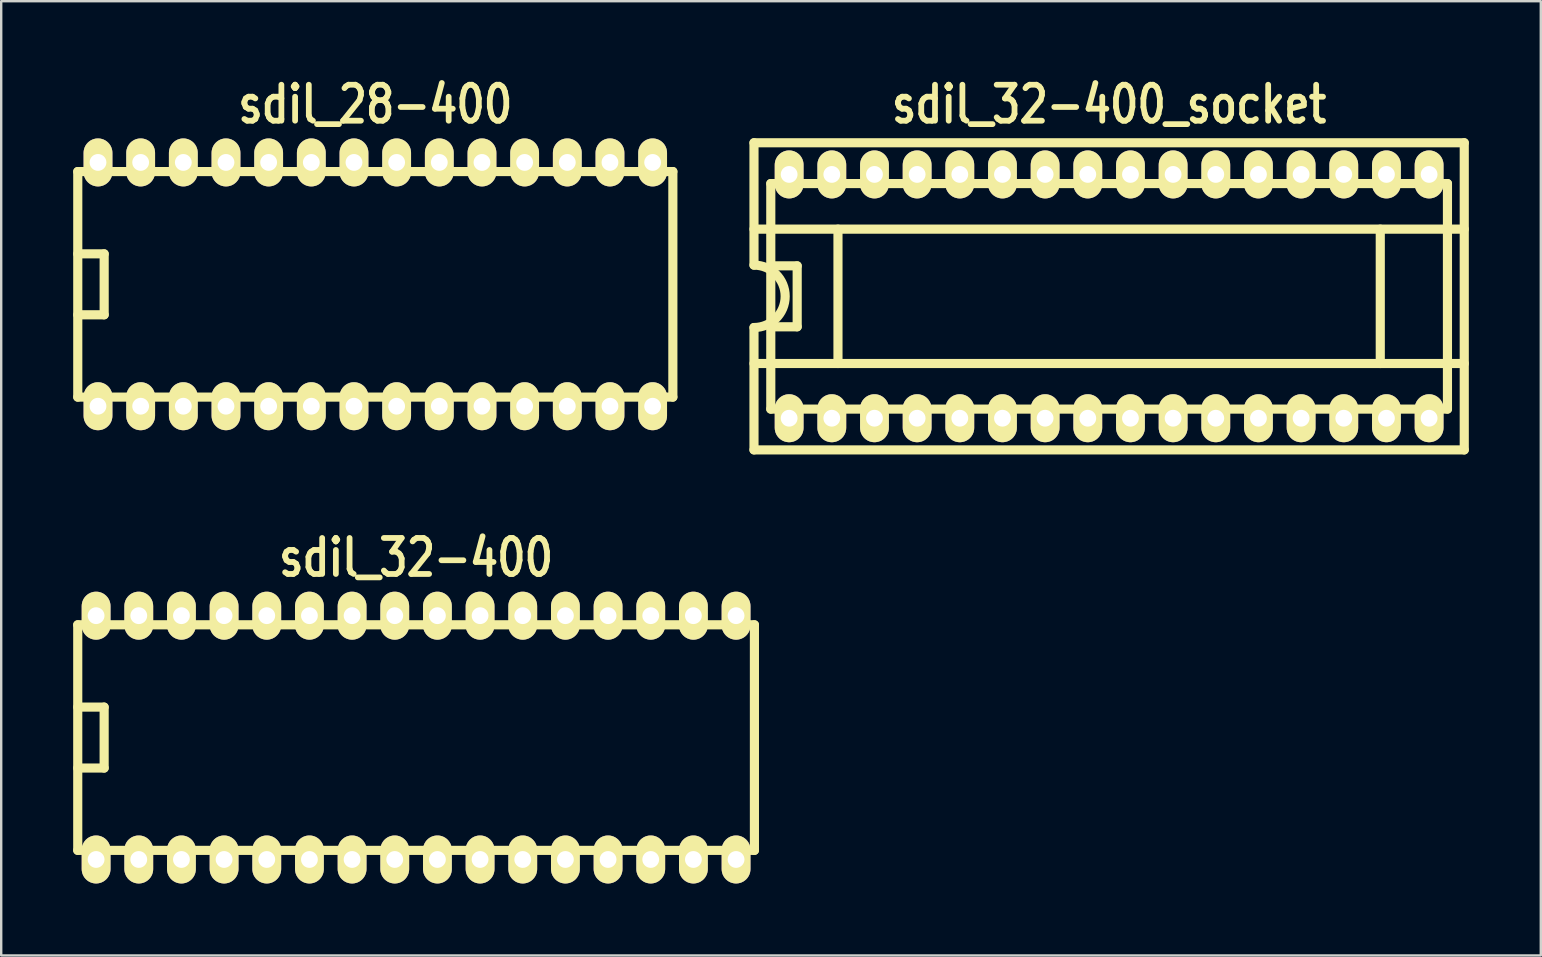
<source format=kicad_pcb>
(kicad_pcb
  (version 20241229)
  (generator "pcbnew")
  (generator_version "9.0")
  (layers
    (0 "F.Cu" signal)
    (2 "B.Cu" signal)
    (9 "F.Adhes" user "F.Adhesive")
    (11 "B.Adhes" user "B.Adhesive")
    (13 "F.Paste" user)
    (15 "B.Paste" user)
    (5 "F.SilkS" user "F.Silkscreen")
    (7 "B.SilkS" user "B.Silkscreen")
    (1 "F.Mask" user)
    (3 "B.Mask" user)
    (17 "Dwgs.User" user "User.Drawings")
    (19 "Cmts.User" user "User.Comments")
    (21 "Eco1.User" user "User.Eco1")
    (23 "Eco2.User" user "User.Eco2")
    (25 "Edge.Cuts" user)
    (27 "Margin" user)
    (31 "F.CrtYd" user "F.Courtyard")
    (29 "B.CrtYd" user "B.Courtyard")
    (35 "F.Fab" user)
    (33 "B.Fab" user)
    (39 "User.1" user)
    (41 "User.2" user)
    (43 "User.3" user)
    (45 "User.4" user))
  (footprint "sdil_28-400"
    (layer "F.Cu")
    (at 12.591 8.799)
    (property "Reference" "sdil_28-400" (at 0 -7.5 0) (layer "F.SilkS") (effects (font (size 1.5 1.2) (thickness 0.24))))
    (attr through_hole)
    (fp_line (start -12.4 -4.7) (end -12.4 4.7) (stroke (width 0.381) (type solid)) (layer "F.SilkS"))
    (fp_line (start -11.3 -1.27) (end -12.4 -1.27) (stroke (width 0.381) (type solid)) (layer "F.SilkS"))
    (fp_line (start -11.3 -1.27) (end -11.3 1.27) (stroke (width 0.381) (type solid)) (layer "F.SilkS"))
    (fp_line (start -11.3 1.27) (end -12.4 1.27) (stroke (width 0.381) (type solid)) (layer "F.SilkS"))
    (fp_line (start 12.4 -4.7) (end -12.4 -4.7) (stroke (width 0.381) (type solid)) (layer "F.SilkS"))
    (fp_line (start 12.4 4.7) (end -12.4 4.7) (stroke (width 0.381) (type solid)) (layer "F.SilkS"))
    (fp_line (start 12.4 4.7) (end 12.4 -4.7) (stroke (width 0.381) (type solid)) (layer "F.SilkS"))
    (pad "1" thru_hole oval (at -11.557 5.08) (size 1.2 2) (drill 0.7) (layers "*.Cu" "*.Mask" "F.SilkS"))
    (pad "2" thru_hole oval (at -9.779 5.08) (size 1.2 2) (drill 0.7) (layers "*.Cu" "*.Mask" "F.SilkS"))
    (pad "3" thru_hole oval (at -8.001 5.08) (size 1.2 2) (drill 0.7) (layers "*.Cu" "*.Mask" "F.SilkS"))
    (pad "4" thru_hole oval (at -6.223 5.08) (size 1.2 2) (drill 0.7) (layers "*.Cu" "*.Mask" "F.SilkS"))
    (pad "5" thru_hole oval (at -4.445 5.08) (size 1.2 2) (drill 0.7) (layers "*.Cu" "*.Mask" "F.SilkS"))
    (pad "6" thru_hole oval (at -2.667 5.08) (size 1.2 2) (drill 0.7) (layers "*.Cu" "*.Mask" "F.SilkS"))
    (pad "7" thru_hole oval (at -0.889 5.08) (size 1.2 2) (drill 0.7) (layers "*.Cu" "*.Mask" "F.SilkS"))
    (pad "8" thru_hole oval (at 0.889 5.08) (size 1.2 2) (drill 0.7) (layers "*.Cu" "*.Mask" "F.SilkS"))
    (pad "9" thru_hole oval (at 2.667 5.08) (size 1.2 2) (drill 0.7) (layers "*.Cu" "*.Mask" "F.SilkS"))
    (pad "10" thru_hole oval (at 4.445 5.08) (size 1.2 2) (drill 0.7) (layers "*.Cu" "*.Mask" "F.SilkS"))
    (pad "11" thru_hole oval (at 6.223 5.08) (size 1.2 2) (drill 0.7) (layers "*.Cu" "*.Mask" "F.SilkS"))
    (pad "12" thru_hole oval (at 8.001 5.08) (size 1.2 2) (drill 0.7) (layers "*.Cu" "*.Mask" "F.SilkS"))
    (pad "13" thru_hole oval (at 9.779 5.08) (size 1.2 2) (drill 0.7) (layers "*.Cu" "*.Mask" "F.SilkS"))
    (pad "14" thru_hole oval (at 11.557 5.08) (size 1.2 2) (drill 0.7) (layers "*.Cu" "*.Mask" "F.SilkS"))
    (pad "15" thru_hole oval (at 11.557 -5.08) (size 1.2 2) (drill 0.7) (layers "*.Cu" "*.Mask" "F.SilkS"))
    (pad "16" thru_hole oval (at 9.779 -5.08) (size 1.2 2) (drill 0.7) (layers "*.Cu" "*.Mask" "F.SilkS"))
    (pad "17" thru_hole oval (at 8.001 -5.08) (size 1.2 2) (drill 0.7) (layers "*.Cu" "*.Mask" "F.SilkS"))
    (pad "18" thru_hole oval (at 6.223 -5.08) (size 1.2 2) (drill 0.7) (layers "*.Cu" "*.Mask" "F.SilkS"))
    (pad "19" thru_hole oval (at 4.445 -5.08) (size 1.2 2) (drill 0.7) (layers "*.Cu" "*.Mask" "F.SilkS"))
    (pad "20" thru_hole oval (at 2.667 -5.08) (size 1.2 2) (drill 0.7) (layers "*.Cu" "*.Mask" "F.SilkS"))
    (pad "21" thru_hole oval (at 0.889 -5.08) (size 1.2 2) (drill 0.7) (layers "*.Cu" "*.Mask" "F.SilkS"))
    (pad "22" thru_hole oval (at -0.889 -5.08) (size 1.2 2) (drill 0.7) (layers "*.Cu" "*.Mask" "F.SilkS"))
    (pad "23" thru_hole oval (at -2.667 -5.08) (size 1.2 2) (drill 0.7) (layers "*.Cu" "*.Mask" "F.SilkS"))
    (pad "24" thru_hole oval (at -4.445 -5.08) (size 1.2 2) (drill 0.7) (layers "*.Cu" "*.Mask" "F.SilkS"))
    (pad "25" thru_hole oval (at -6.223 -5.08) (size 1.2 2) (drill 0.7) (layers "*.Cu" "*.Mask" "F.SilkS"))
    (pad "26" thru_hole oval (at -8.001 -5.08) (size 1.2 2) (drill 0.7) (layers "*.Cu" "*.Mask" "F.SilkS"))
    (pad "27" thru_hole oval (at -9.779 -5.08) (size 1.2 2) (drill 0.7) (layers "*.Cu" "*.Mask" "F.SilkS"))
    (pad "28" thru_hole oval (at -11.557 -5.08) (size 1.2 2) (drill 0.7) (layers "*.Cu" "*.Mask" "F.SilkS")))
  (footprint "sdil_32-400"
    (layer "F.Cu")
    (at 14.29 27.688)
    (property "Reference" "sdil_32-400" (at 0 -7.5 0) (layer "F.SilkS") (effects (font (size 1.5 1.2) (thickness 0.24))))
    (attr through_hole)
    (fp_line (start -14.1 -4.7) (end -14.1 4.7) (stroke (width 0.381) (type solid)) (layer "F.SilkS"))
    (fp_line (start -13 -1.27) (end -14.1 -1.27) (stroke (width 0.381) (type solid)) (layer "F.SilkS"))
    (fp_line (start -13 -1.27) (end -13 1.27) (stroke (width 0.381) (type solid)) (layer "F.SilkS"))
    (fp_line (start -13 1.27) (end -14.1 1.27) (stroke (width 0.381) (type solid)) (layer "F.SilkS"))
    (fp_line (start 14.1 -4.7) (end -14.1 -4.7) (stroke (width 0.381) (type solid)) (layer "F.SilkS"))
    (fp_line (start 14.1 4.7) (end -14.1 4.7) (stroke (width 0.381) (type solid)) (layer "F.SilkS"))
    (fp_line (start 14.1 4.7) (end 14.1 -4.7) (stroke (width 0.381) (type solid)) (layer "F.SilkS"))
    (pad "1" thru_hole oval (at -13.335 5.08) (size 1.2 2) (drill 0.7) (layers "*.Cu" "*.Mask" "F.SilkS"))
    (pad "2" thru_hole oval (at -11.557 5.08) (size 1.2 2) (drill 0.7) (layers "*.Cu" "*.Mask" "F.SilkS"))
    (pad "3" thru_hole oval (at -9.779 5.08) (size 1.2 2) (drill 0.7) (layers "*.Cu" "*.Mask" "F.SilkS"))
    (pad "4" thru_hole oval (at -8.001 5.08) (size 1.2 2) (drill 0.7) (layers "*.Cu" "*.Mask" "F.SilkS"))
    (pad "5" thru_hole oval (at -6.223 5.08) (size 1.2 2) (drill 0.7) (layers "*.Cu" "*.Mask" "F.SilkS"))
    (pad "6" thru_hole oval (at -4.445 5.08) (size 1.2 2) (drill 0.7) (layers "*.Cu" "*.Mask" "F.SilkS"))
    (pad "7" thru_hole oval (at -2.667 5.08) (size 1.2 2) (drill 0.7) (layers "*.Cu" "*.Mask" "F.SilkS"))
    (pad "8" thru_hole oval (at -0.889 5.08) (size 1.2 2) (drill 0.7) (layers "*.Cu" "*.Mask" "F.SilkS"))
    (pad "9" thru_hole oval (at 0.889 5.08) (size 1.2 2) (drill 0.7) (layers "*.Cu" "*.Mask" "F.SilkS"))
    (pad "10" thru_hole oval (at 2.667 5.08) (size 1.2 2) (drill 0.7) (layers "*.Cu" "*.Mask" "F.SilkS"))
    (pad "11" thru_hole oval (at 4.445 5.08) (size 1.2 2) (drill 0.7) (layers "*.Cu" "*.Mask" "F.SilkS"))
    (pad "12" thru_hole oval (at 6.223 5.08) (size 1.2 2) (drill 0.7) (layers "*.Cu" "*.Mask" "F.SilkS"))
    (pad "13" thru_hole oval (at 8.001 5.08) (size 1.2 2) (drill 0.7) (layers "*.Cu" "*.Mask" "F.SilkS"))
    (pad "14" thru_hole oval (at 9.779 5.08) (size 1.2 2) (drill 0.7) (layers "*.Cu" "*.Mask" "F.SilkS"))
    (pad "15" thru_hole oval (at 11.557 5.08) (size 1.2 2) (drill 0.7) (layers "*.Cu" "*.Mask" "F.SilkS"))
    (pad "16" thru_hole oval (at 13.335 5.08) (size 1.2 2) (drill 0.7) (layers "*.Cu" "*.Mask" "F.SilkS"))
    (pad "17" thru_hole oval (at 13.335 -5.08) (size 1.2 2) (drill 0.7) (layers "*.Cu" "*.Mask" "F.SilkS"))
    (pad "18" thru_hole oval (at 11.557 -5.08) (size 1.2 2) (drill 0.7) (layers "*.Cu" "*.Mask" "F.SilkS"))
    (pad "19" thru_hole oval (at 9.779 -5.08) (size 1.2 2) (drill 0.7) (layers "*.Cu" "*.Mask" "F.SilkS"))
    (pad "20" thru_hole oval (at 8.001 -5.08) (size 1.2 2) (drill 0.7) (layers "*.Cu" "*.Mask" "F.SilkS"))
    (pad "21" thru_hole oval (at 6.223 -5.08) (size 1.2 2) (drill 0.7) (layers "*.Cu" "*.Mask" "F.SilkS"))
    (pad "22" thru_hole oval (at 4.445 -5.08) (size 1.2 2) (drill 0.7) (layers "*.Cu" "*.Mask" "F.SilkS"))
    (pad "23" thru_hole oval (at 2.667 -5.08) (size 1.2 2) (drill 0.7) (layers "*.Cu" "*.Mask" "F.SilkS"))
    (pad "24" thru_hole oval (at 0.889 -5.08) (size 1.2 2) (drill 0.7) (layers "*.Cu" "*.Mask" "F.SilkS"))
    (pad "25" thru_hole oval (at -0.889 -5.08) (size 1.2 2) (drill 0.7) (layers "*.Cu" "*.Mask" "F.SilkS"))
    (pad "26" thru_hole oval (at -2.667 -5.08) (size 1.2 2) (drill 0.7) (layers "*.Cu" "*.Mask" "F.SilkS"))
    (pad "27" thru_hole oval (at -4.445 -5.08) (size 1.2 2) (drill 0.7) (layers "*.Cu" "*.Mask" "F.SilkS"))
    (pad "28" thru_hole oval (at -6.223 -5.08) (size 1.2 2) (drill 0.7) (layers "*.Cu" "*.Mask" "F.SilkS"))
    (pad "29" thru_hole oval (at -8.001 -5.08) (size 1.2 2) (drill 0.7) (layers "*.Cu" "*.Mask" "F.SilkS"))
    (pad "30" thru_hole oval (at -9.779 -5.08) (size 1.2 2) (drill 0.7) (layers "*.Cu" "*.Mask" "F.SilkS"))
    (pad "31" thru_hole oval (at -11.557 -5.08) (size 1.2 2) (drill 0.7) (layers "*.Cu" "*.Mask" "F.SilkS"))
    (pad "32" thru_hole oval (at -13.335 -5.08) (size 1.2 2) (drill 0.7) (layers "*.Cu" "*.Mask" "F.SilkS")))
  (footprint "sdil_32-400_socket"
    (layer "F.Cu")
    (at 43.172 9.299)
    (property "Reference" "sdil_32-400_socket" (at 0 -8 0) (layer "F.SilkS") (effects (font (size 1.5 1.2) (thickness 0.24))))
    (attr through_hole)
    (fp_line (start -14.8 -6.4) (end -14.8 -1.3) (stroke (width 0.381) (type solid)) (layer "F.SilkS"))
    (fp_line (start -14.8 1.3) (end -14.8 6.4) (stroke (width 0.381) (type solid)) (layer "F.SilkS"))
    (fp_line (start -14.8 6.4) (end 14.8 6.4) (stroke (width 0.381) (type solid)) (layer "F.SilkS"))
    (fp_line (start -14.1 -4.7) (end -14.1 4.7) (stroke (width 0.381) (type solid)) (layer "F.SilkS"))
    (fp_line (start -13 -1.27) (end -14.1 -1.27) (stroke (width 0.381) (type solid)) (layer "F.SilkS"))
    (fp_line (start -13 -1.27) (end -13 1.27) (stroke (width 0.381) (type solid)) (layer "F.SilkS"))
    (fp_line (start -13 1.27) (end -14.1 1.27) (stroke (width 0.381) (type solid)) (layer "F.SilkS"))
    (fp_line (start -11.3 -2.8) (end -11.3 2.8) (stroke (width 0.381) (type solid)) (layer "F.SilkS"))
    (fp_line (start 11.3 -2.8) (end 11.3 2.8) (stroke (width 0.381) (type solid)) (layer "F.SilkS"))
    (fp_line (start 14.1 -4.7) (end -14.1 -4.7) (stroke (width 0.381) (type solid)) (layer "F.SilkS"))
    (fp_line (start 14.1 4.7) (end -14.1 4.7) (stroke (width 0.381) (type solid)) (layer "F.SilkS"))
    (fp_line (start 14.1 4.7) (end 14.1 -4.7) (stroke (width 0.381) (type solid)) (layer "F.SilkS"))
    (fp_line (start 14.8 -6.4) (end -14.8 -6.4) (stroke (width 0.381) (type solid)) (layer "F.SilkS"))
    (fp_line (start 14.8 -2.8) (end -14.8 -2.8) (stroke (width 0.381) (type solid)) (layer "F.SilkS"))
    (fp_line (start 14.8 2.8) (end -14.8 2.8) (stroke (width 0.381) (type solid)) (layer "F.SilkS"))
    (fp_line (start 14.8 6.4) (end 14.8 -6.4) (stroke (width 0.381) (type solid)) (layer "F.SilkS"))
    (fp_arc (start -14.8 -1.3) (mid -13.5 0) (end -14.8 1.3) (stroke (width 0.381) (type solid)) (layer "F.SilkS"))
    (pad "1" thru_hole oval (at -13.335 5.08) (size 1.2 2) (drill 0.7) (layers "*.Cu" "*.Mask" "F.SilkS"))
    (pad "2" thru_hole oval (at -11.557 5.08) (size 1.2 2) (drill 0.7) (layers "*.Cu" "*.Mask" "F.SilkS"))
    (pad "3" thru_hole oval (at -9.779 5.08) (size 1.2 2) (drill 0.7) (layers "*.Cu" "*.Mask" "F.SilkS"))
    (pad "4" thru_hole oval (at -8.001 5.08) (size 1.2 2) (drill 0.7) (layers "*.Cu" "*.Mask" "F.SilkS"))
    (pad "5" thru_hole oval (at -6.223 5.08) (size 1.2 2) (drill 0.7) (layers "*.Cu" "*.Mask" "F.SilkS"))
    (pad "6" thru_hole oval (at -4.445 5.08) (size 1.2 2) (drill 0.7) (layers "*.Cu" "*.Mask" "F.SilkS"))
    (pad "7" thru_hole oval (at -2.667 5.08) (size 1.2 2) (drill 0.7) (layers "*.Cu" "*.Mask" "F.SilkS"))
    (pad "8" thru_hole oval (at -0.889 5.08) (size 1.2 2) (drill 0.7) (layers "*.Cu" "*.Mask" "F.SilkS"))
    (pad "9" thru_hole oval (at 0.889 5.08) (size 1.2 2) (drill 0.7) (layers "*.Cu" "*.Mask" "F.SilkS"))
    (pad "10" thru_hole oval (at 2.667 5.08) (size 1.2 2) (drill 0.7) (layers "*.Cu" "*.Mask" "F.SilkS"))
    (pad "11" thru_hole oval (at 4.445 5.08) (size 1.2 2) (drill 0.7) (layers "*.Cu" "*.Mask" "F.SilkS"))
    (pad "12" thru_hole oval (at 6.223 5.08) (size 1.2 2) (drill 0.7) (layers "*.Cu" "*.Mask" "F.SilkS"))
    (pad "13" thru_hole oval (at 8.001 5.08) (size 1.2 2) (drill 0.7) (layers "*.Cu" "*.Mask" "F.SilkS"))
    (pad "14" thru_hole oval (at 9.779 5.08) (size 1.2 2) (drill 0.7) (layers "*.Cu" "*.Mask" "F.SilkS"))
    (pad "15" thru_hole oval (at 11.557 5.08) (size 1.2 2) (drill 0.7) (layers "*.Cu" "*.Mask" "F.SilkS"))
    (pad "16" thru_hole oval (at 13.335 5.08) (size 1.2 2) (drill 0.7) (layers "*.Cu" "*.Mask" "F.SilkS"))
    (pad "17" thru_hole oval (at 13.335 -5.08) (size 1.2 2) (drill 0.7) (layers "*.Cu" "*.Mask" "F.SilkS"))
    (pad "18" thru_hole oval (at 11.557 -5.08) (size 1.2 2) (drill 0.7) (layers "*.Cu" "*.Mask" "F.SilkS"))
    (pad "19" thru_hole oval (at 9.779 -5.08) (size 1.2 2) (drill 0.7) (layers "*.Cu" "*.Mask" "F.SilkS"))
    (pad "20" thru_hole oval (at 8.001 -5.08) (size 1.2 2) (drill 0.7) (layers "*.Cu" "*.Mask" "F.SilkS"))
    (pad "21" thru_hole oval (at 6.223 -5.08) (size 1.2 2) (drill 0.7) (layers "*.Cu" "*.Mask" "F.SilkS"))
    (pad "22" thru_hole oval (at 4.445 -5.08) (size 1.2 2) (drill 0.7) (layers "*.Cu" "*.Mask" "F.SilkS"))
    (pad "23" thru_hole oval (at 2.667 -5.08) (size 1.2 2) (drill 0.7) (layers "*.Cu" "*.Mask" "F.SilkS"))
    (pad "24" thru_hole oval (at 0.889 -5.08) (size 1.2 2) (drill 0.7) (layers "*.Cu" "*.Mask" "F.SilkS"))
    (pad "25" thru_hole oval (at -0.889 -5.08) (size 1.2 2) (drill 0.7) (layers "*.Cu" "*.Mask" "F.SilkS"))
    (pad "26" thru_hole oval (at -2.667 -5.08) (size 1.2 2) (drill 0.7) (layers "*.Cu" "*.Mask" "F.SilkS"))
    (pad "27" thru_hole oval (at -4.445 -5.08) (size 1.2 2) (drill 0.7) (layers "*.Cu" "*.Mask" "F.SilkS"))
    (pad "28" thru_hole oval (at -6.223 -5.08) (size 1.2 2) (drill 0.7) (layers "*.Cu" "*.Mask" "F.SilkS"))
    (pad "29" thru_hole oval (at -8.001 -5.08) (size 1.2 2) (drill 0.7) (layers "*.Cu" "*.Mask" "F.SilkS"))
    (pad "30" thru_hole oval (at -9.779 -5.08) (size 1.2 2) (drill 0.7) (layers "*.Cu" "*.Mask" "F.SilkS"))
    (pad "31" thru_hole oval (at -11.557 -5.08) (size 1.2 2) (drill 0.7) (layers "*.Cu" "*.Mask" "F.SilkS"))
    (pad "32" thru_hole oval (at -13.335 -5.08) (size 1.2 2) (drill 0.7) (layers "*.Cu" "*.Mask" "F.SilkS")))
  (gr_rect
    (start -3 -3)
    (end 61.162 36.768)
    (stroke (width 0.1) (type default))
    (fill no)
    (layer "Edge.Cuts")))
</source>
